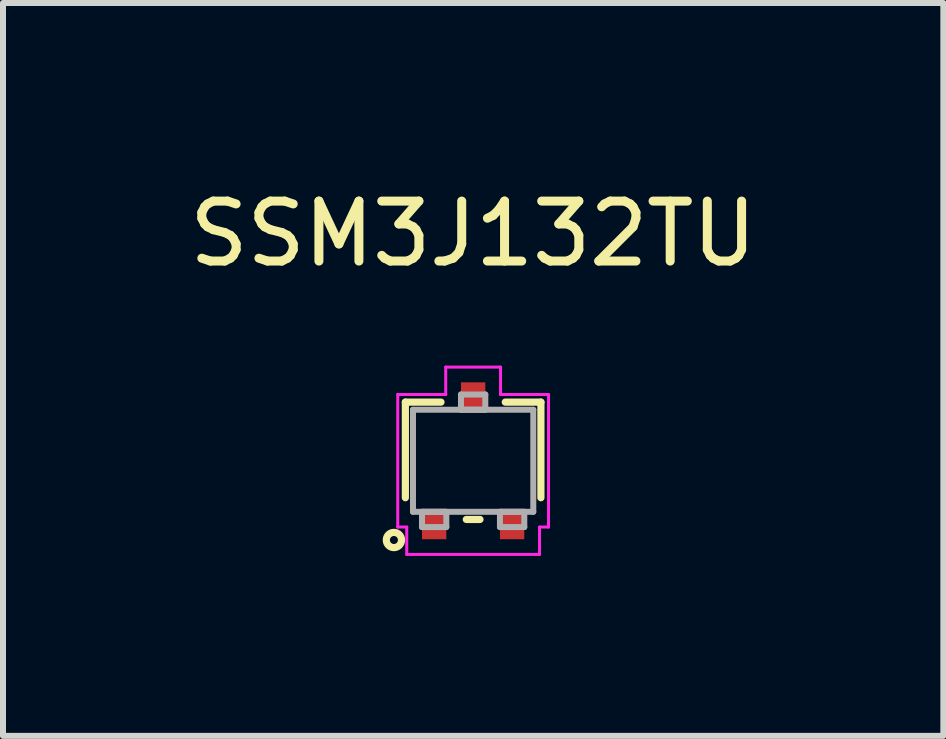
<source format=kicad_pcb>
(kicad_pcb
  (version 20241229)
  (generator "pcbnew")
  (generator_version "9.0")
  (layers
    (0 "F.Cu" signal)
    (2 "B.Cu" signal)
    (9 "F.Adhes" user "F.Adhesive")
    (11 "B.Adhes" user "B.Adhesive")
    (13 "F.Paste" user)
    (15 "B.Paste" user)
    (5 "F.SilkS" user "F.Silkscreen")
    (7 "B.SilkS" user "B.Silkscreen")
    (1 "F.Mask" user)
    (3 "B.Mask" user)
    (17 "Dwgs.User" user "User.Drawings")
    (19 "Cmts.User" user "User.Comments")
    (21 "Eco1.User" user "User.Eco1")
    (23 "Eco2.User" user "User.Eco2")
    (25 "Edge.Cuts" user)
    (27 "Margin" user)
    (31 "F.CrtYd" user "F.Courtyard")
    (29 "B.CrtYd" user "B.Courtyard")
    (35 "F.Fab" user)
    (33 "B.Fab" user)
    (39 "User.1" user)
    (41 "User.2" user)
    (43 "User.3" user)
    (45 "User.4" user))
  (footprint "SSM3J132TU"
    (layer "F.Cu")
    (at 4.839 4.633)
    (property "Reference" "SSM3J132TU" (at 0 -3.785 0) (layer "F.SilkS") (effects (font (size 1 1) (thickness 0.15))))
    (attr through_hole)
    (fp_line (start -1.13 -0.978) (end -1.13 0.616) (stroke (width 0.12) (type solid)) (layer "F.SilkS"))
    (fp_line (start -0.536 -0.978) (end -1.13 -0.978) (stroke (width 0.12) (type solid)) (layer "F.SilkS"))
    (fp_line (start -0.114 0.978) (end 0.114 0.978) (stroke (width 0.12) (type solid)) (layer "F.SilkS"))
    (fp_line (start 1.13 -0.978) (end 0.536 -0.978) (stroke (width 0.12) (type solid)) (layer "F.SilkS"))
    (fp_line (start 1.13 0.616) (end 1.13 -0.978) (stroke (width 0.12) (type solid)) (layer "F.SilkS"))
    (fp_circle (center -1.321 1.321) (end -1.194 1.321) (stroke (width 0.12) (type solid)) (fill no) (layer "F.SilkS"))
    (fp_line (start -1.257 -1.105) (end -0.457 -1.105) (stroke (width 0.05) (type solid)) (layer "F.CrtYd"))
    (fp_line (start -1.257 1.105) (end -1.257 -1.105) (stroke (width 0.05) (type solid)) (layer "F.CrtYd"))
    (fp_line (start -1.107 1.105) (end -1.257 1.105) (stroke (width 0.05) (type solid)) (layer "F.CrtYd"))
    (fp_line (start -1.107 1.562) (end -1.107 1.105) (stroke (width 0.05) (type solid)) (layer "F.CrtYd"))
    (fp_line (start -0.457 -1.562) (end 0.457 -1.562) (stroke (width 0.05) (type solid)) (layer "F.CrtYd"))
    (fp_line (start -0.457 -1.105) (end -0.457 -1.562) (stroke (width 0.05) (type solid)) (layer "F.CrtYd"))
    (fp_line (start 0.457 -1.562) (end 0.457 -1.105) (stroke (width 0.05) (type solid)) (layer "F.CrtYd"))
    (fp_line (start 0.457 -1.105) (end 1.257 -1.105) (stroke (width 0.05) (type solid)) (layer "F.CrtYd"))
    (fp_line (start 1.107 1.105) (end 1.107 1.562) (stroke (width 0.05) (type solid)) (layer "F.CrtYd"))
    (fp_line (start 1.107 1.562) (end -1.107 1.562) (stroke (width 0.05) (type solid)) (layer "F.CrtYd"))
    (fp_line (start 1.257 -1.105) (end 1.257 1.105) (stroke (width 0.05) (type solid)) (layer "F.CrtYd"))
    (fp_line (start 1.257 1.105) (end 1.107 1.105) (stroke (width 0.05) (type solid)) (layer "F.CrtYd"))
    (fp_line (start -1.003 -0.851) (end -1.003 0.851) (stroke (width 0.1) (type solid)) (layer "F.Fab"))
    (fp_line (start -1.003 0.851) (end 1.003 0.851) (stroke (width 0.1) (type solid)) (layer "F.Fab"))
    (fp_line (start -0.853 0.851) (end -0.853 1.105) (stroke (width 0.1) (type solid)) (layer "F.Fab"))
    (fp_line (start -0.853 1.105) (end -0.447 1.105) (stroke (width 0.1) (type solid)) (layer "F.Fab"))
    (fp_line (start -0.447 0.851) (end -0.853 0.851) (stroke (width 0.1) (type solid)) (layer "F.Fab"))
    (fp_line (start -0.447 1.105) (end -0.447 0.851) (stroke (width 0.1) (type solid)) (layer "F.Fab"))
    (fp_line (start -0.203 -1.105) (end -0.203 -0.851) (stroke (width 0.1) (type solid)) (layer "F.Fab"))
    (fp_line (start -0.203 -0.851) (end 0.203 -0.851) (stroke (width 0.1) (type solid)) (layer "F.Fab"))
    (fp_line (start 0.203 -1.105) (end -0.203 -1.105) (stroke (width 0.1) (type solid)) (layer "F.Fab"))
    (fp_line (start 0.203 -0.851) (end 0.203 -1.105) (stroke (width 0.1) (type solid)) (layer "F.Fab"))
    (fp_line (start 0.447 0.851) (end 0.447 1.105) (stroke (width 0.1) (type solid)) (layer "F.Fab"))
    (fp_line (start 0.447 1.105) (end 0.853 1.105) (stroke (width 0.1) (type solid)) (layer "F.Fab"))
    (fp_line (start 0.853 0.851) (end 0.447 0.851) (stroke (width 0.1) (type solid)) (layer "F.Fab"))
    (fp_line (start 0.853 1.105) (end 0.853 0.851) (stroke (width 0.1) (type solid)) (layer "F.Fab"))
    (fp_line (start 1.003 -0.851) (end -1.003 -0.851) (stroke (width 0.1) (type solid)) (layer "F.Fab"))
    (fp_line (start 1.003 0.851) (end 1.003 -0.851) (stroke (width 0.1) (type solid)) (layer "F.Fab"))
    (pad "1" smd rect (at -0.65 1.054) (size 0.406 0.508) (layers "F.Cu" "F.Mask" "F.Paste"))
    (pad "2" smd rect (at 0.65 1.054) (size 0.406 0.508) (layers "F.Cu" "F.Mask" "F.Paste"))
    (pad "3" smd rect (at 0 -1.054) (size 0.406 0.508) (layers "F.Cu" "F.Mask" "F.Paste")))
  (gr_rect
    (start -3 -3)
    (end 12.679 9.22)
    (stroke (width 0.1) (type default))
    (fill no)
    (layer "Edge.Cuts")))
</source>
